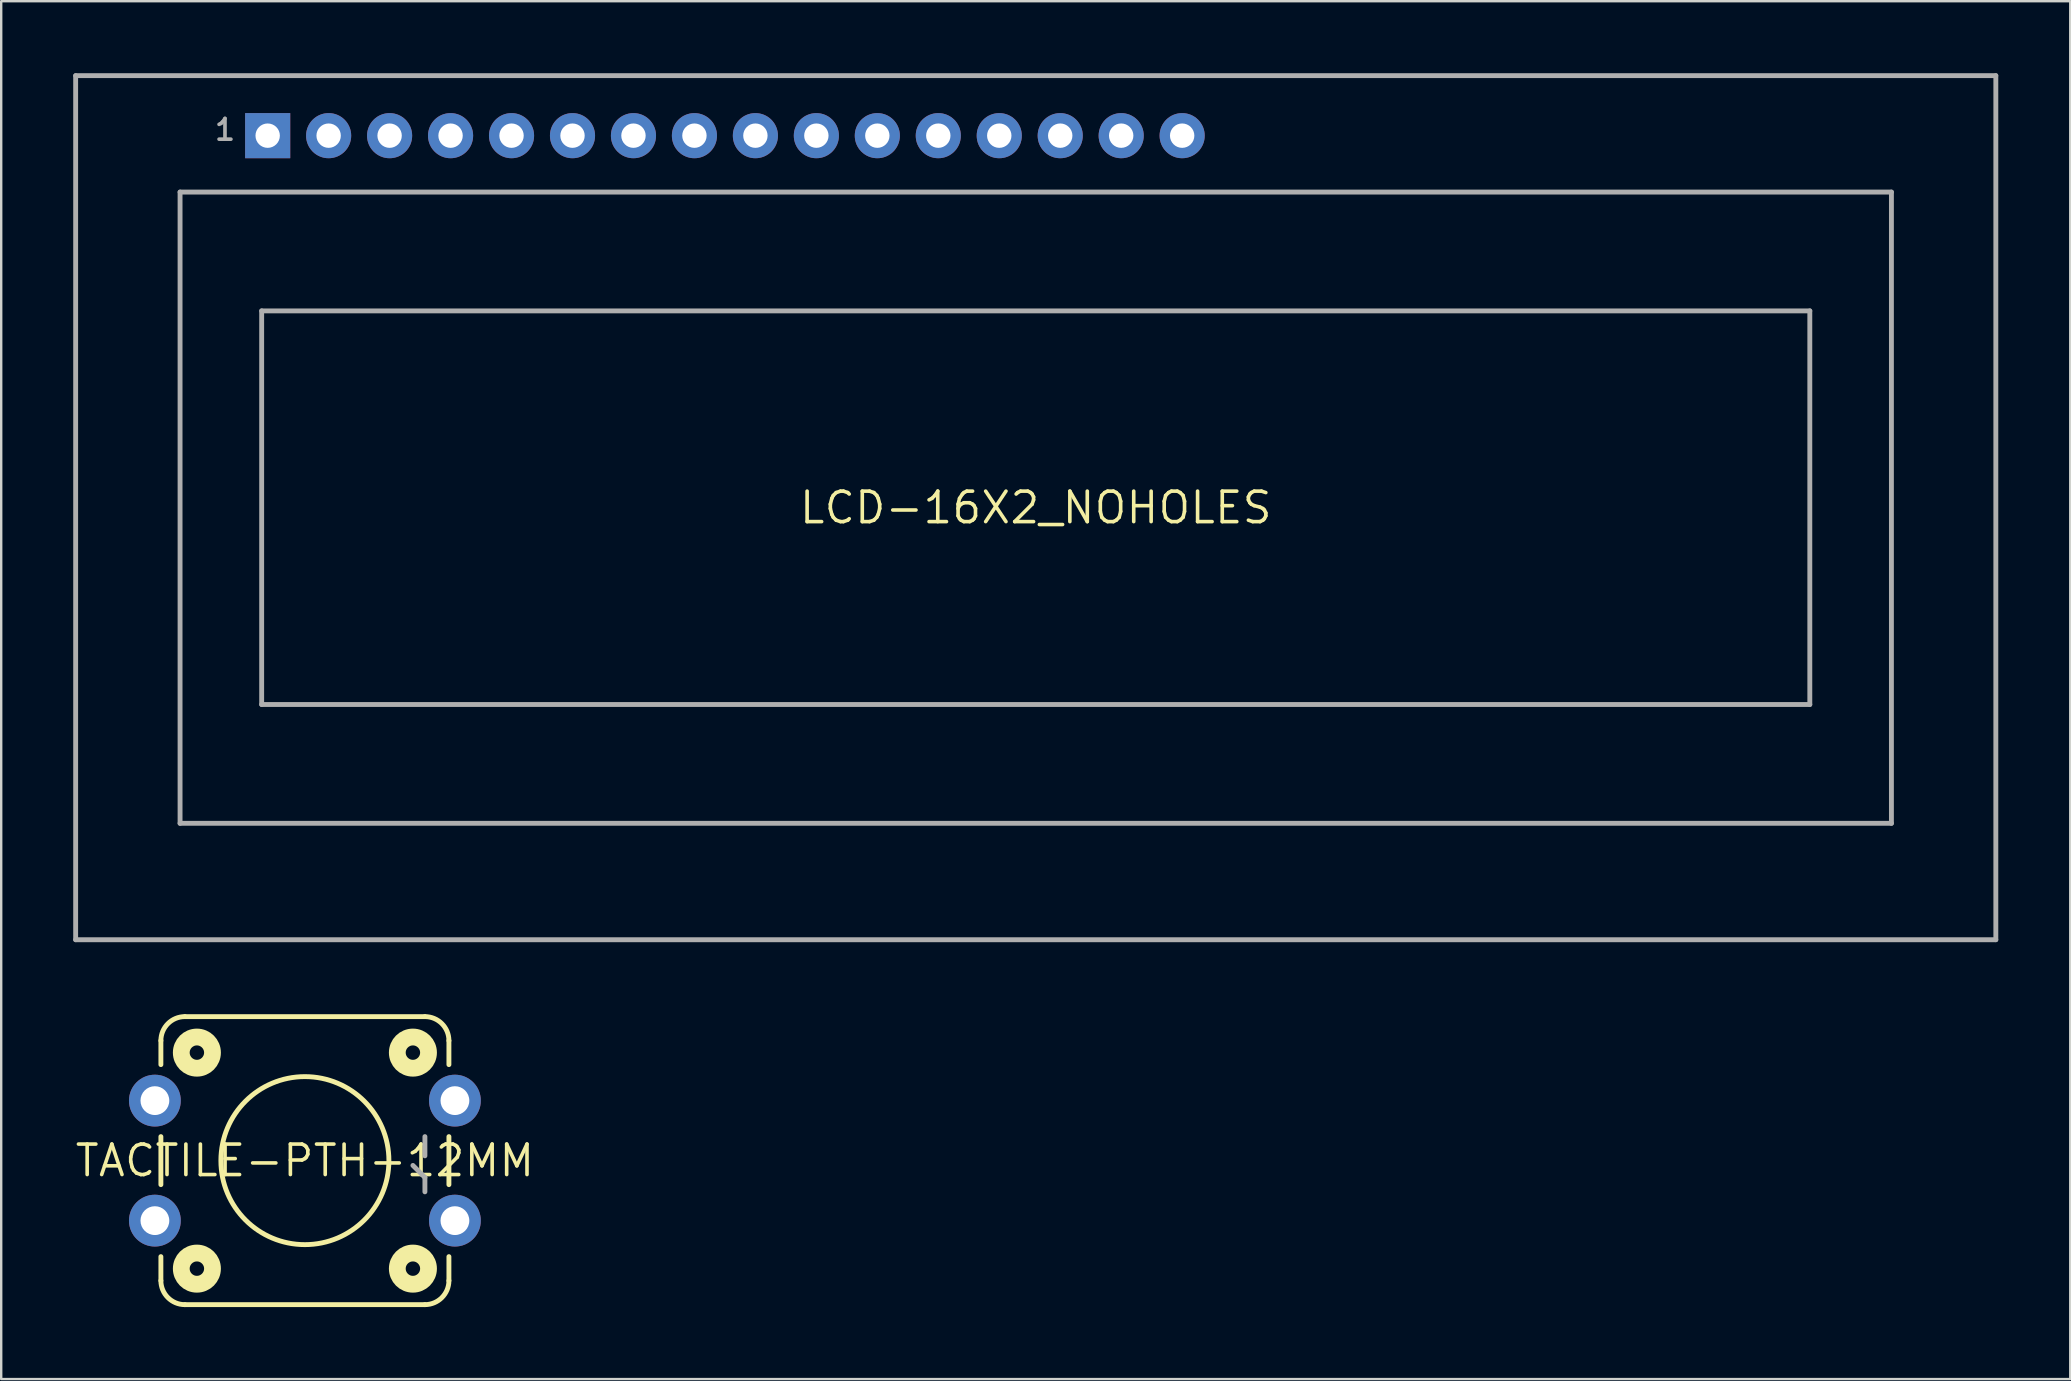
<source format=kicad_pcb>
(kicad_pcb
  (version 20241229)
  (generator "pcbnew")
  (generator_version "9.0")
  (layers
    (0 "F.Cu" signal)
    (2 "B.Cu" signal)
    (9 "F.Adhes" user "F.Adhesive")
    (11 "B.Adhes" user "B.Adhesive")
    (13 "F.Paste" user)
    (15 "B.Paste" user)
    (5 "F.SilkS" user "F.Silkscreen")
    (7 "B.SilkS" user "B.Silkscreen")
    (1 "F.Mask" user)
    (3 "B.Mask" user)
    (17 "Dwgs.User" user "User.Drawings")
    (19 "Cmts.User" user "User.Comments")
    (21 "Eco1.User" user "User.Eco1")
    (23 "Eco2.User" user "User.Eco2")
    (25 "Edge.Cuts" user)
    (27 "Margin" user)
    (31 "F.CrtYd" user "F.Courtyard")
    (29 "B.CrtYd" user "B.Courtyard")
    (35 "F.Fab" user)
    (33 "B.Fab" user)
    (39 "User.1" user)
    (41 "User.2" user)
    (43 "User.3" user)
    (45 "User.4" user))
  (footprint "TACTILE-PTH-12MM"
    (layer "F.Cu")
    (at 9.653 45.305)
    (property "Reference" "TACTILE-PTH-12MM" (at 0 0 0) (layer "F.SilkS") (effects (font (size 1.27 1.27) (thickness 0.15))))
    (fp_line (start -6 -4) (end -6 -5) (stroke (width 0.203) (type solid)) (layer "F.SilkS"))
    (fp_line (start -6 1) (end -6 -1) (stroke (width 0.203) (type solid)) (layer "F.SilkS"))
    (fp_line (start -6 5) (end -6 4) (stroke (width 0.203) (type solid)) (layer "F.SilkS"))
    (fp_line (start -5 -6) (end 5 -6) (stroke (width 0.203) (type solid)) (layer "F.SilkS"))
    (fp_line (start 5 6) (end -5 6) (stroke (width 0.203) (type solid)) (layer "F.SilkS"))
    (fp_line (start 6 -5) (end 6 -4) (stroke (width 0.203) (type solid)) (layer "F.SilkS"))
    (fp_line (start 6 -1) (end 6 1) (stroke (width 0.203) (type solid)) (layer "F.SilkS"))
    (fp_line (start 6 4) (end 6 5) (stroke (width 0.203) (type solid)) (layer "F.SilkS"))
    (fp_arc (start -6 -5) (mid -5.707107 -5.707107) (end -5 -6) (stroke (width 0.2032) (type solid)) (layer "F.SilkS"))
    (fp_arc (start -5 6) (mid -5.707107 5.707107) (end -6 5) (stroke (width 0.2032) (type solid)) (layer "F.SilkS"))
    (fp_arc (start 5 -6) (mid 5.707107 -5.707107) (end 6 -5) (stroke (width 0.2032) (type solid)) (layer "F.SilkS"))
    (fp_arc (start 6 5) (mid 5.707107 5.707107) (end 5 6) (stroke (width 0.2032) (type solid)) (layer "F.SilkS"))
    (fp_circle (center -4.5 -4.5) (end -4.2 -4.5) (stroke (width 0.7) (type solid)) (fill no) (layer "F.SilkS"))
    (fp_circle (center -4.5 4.5) (end -4.2 4.5) (stroke (width 0.7) (type solid)) (fill no) (layer "F.SilkS"))
    (fp_circle (center 0 0) (end 3.5 0) (stroke (width 0.203) (type solid)) (fill no) (layer "F.SilkS"))
    (fp_circle (center 4.5 -4.5) (end 4.8 -4.5) (stroke (width 0.7) (type solid)) (fill no) (layer "F.SilkS"))
    (fp_circle (center 4.5 4.5) (end 4.8 4.5) (stroke (width 0.7) (type solid)) (fill no) (layer "F.SilkS"))
    (fp_line (start 5 -0.2) (end 5 -1) (stroke (width 0.203) (type solid)) (layer "F.Fab"))
    (fp_line (start 5 0.7) (end 4.5 0.2) (stroke (width 0.203) (type solid)) (layer "F.Fab"))
    (fp_line (start 5 1.3) (end 5 0.7) (stroke (width 0.203) (type solid)) (layer "F.Fab"))
    (pad "1" thru_hole circle (at 6.25 2.5) (size 2.159 2.159) (drill 1.2) (layers "*.Cu" "*.Mask"))
    (pad "2" thru_hole circle (at -6.25 2.5) (size 2.159 2.159) (drill 1.2) (layers "*.Cu" "*.Mask"))
    (pad "3" thru_hole circle (at 6.25 -2.5) (size 2.159 2.159) (drill 1.2) (layers "*.Cu" "*.Mask"))
    (pad "4" thru_hole circle (at -6.25 -2.5) (size 2.159 2.159) (drill 1.2) (layers "*.Cu" "*.Mask")))
  (footprint "LCD-16X2_NOHOLES"
    (layer "F.Cu")
    (at 40.102 18.102)
    (property "Reference" "LCD-16X2_NOHOLES" (at 0 0 0) (layer "F.SilkS") (effects (font (size 1.27 1.27) (thickness 0.15))))
    (fp_line (start -40 -18) (end 40 -18) (stroke (width 0.203) (type solid)) (layer "F.Fab"))
    (fp_line (start -40 18) (end -40 -18) (stroke (width 0.203) (type solid)) (layer "F.Fab"))
    (fp_line (start -35.65 -13.15) (end 35.65 -13.15) (stroke (width 0.203) (type solid)) (layer "F.Fab"))
    (fp_line (start -35.65 13.15) (end -35.65 -13.15) (stroke (width 0.203) (type solid)) (layer "F.Fab"))
    (fp_line (start -32.25 -8.2) (end 32.25 -8.2) (stroke (width 0.203) (type solid)) (layer "F.Fab"))
    (fp_line (start -32.25 8.2) (end -32.25 -8.2) (stroke (width 0.203) (type solid)) (layer "F.Fab"))
    (fp_line (start 32.25 -8.2) (end 32.25 8.2) (stroke (width 0.203) (type solid)) (layer "F.Fab"))
    (fp_line (start 32.25 8.2) (end -32.25 8.2) (stroke (width 0.203) (type solid)) (layer "F.Fab"))
    (fp_line (start 35.65 -13.15) (end 35.65 13.15) (stroke (width 0.203) (type solid)) (layer "F.Fab"))
    (fp_line (start 35.65 13.15) (end -35.65 13.15) (stroke (width 0.203) (type solid)) (layer "F.Fab"))
    (fp_line (start 40 -18) (end 40 18) (stroke (width 0.203) (type solid)) (layer "F.Fab"))
    (fp_line (start 40 18) (end -40 18) (stroke (width 0.203) (type solid)) (layer "F.Fab"))
    (fp_text user "1" (at -34.29 -15.24 0) (layer "F.Fab") (effects (font (size 0.864 0.864) (thickness 0.152)) (justify left bottom)))
    (pad "1" thru_hole rect (at -32 -15.5) (size 1.88 1.88) (drill 1.016) (layers "*.Cu" "*.Mask"))
    (pad "2" thru_hole circle (at -29.46 -15.5) (size 1.88 1.88) (drill 1.016) (layers "*.Cu" "*.Mask"))
    (pad "3" thru_hole circle (at -26.92 -15.5) (size 1.88 1.88) (drill 1.016) (layers "*.Cu" "*.Mask"))
    (pad "4" thru_hole circle (at -24.38 -15.5) (size 1.88 1.88) (drill 1.016) (layers "*.Cu" "*.Mask"))
    (pad "5" thru_hole circle (at -21.84 -15.5) (size 1.88 1.88) (drill 1.016) (layers "*.Cu" "*.Mask"))
    (pad "6" thru_hole circle (at -19.3 -15.5) (size 1.88 1.88) (drill 1.016) (layers "*.Cu" "*.Mask"))
    (pad "7" thru_hole circle (at -16.76 -15.5) (size 1.88 1.88) (drill 1.016) (layers "*.Cu" "*.Mask"))
    (pad "8" thru_hole circle (at -14.22 -15.5) (size 1.88 1.88) (drill 1.016) (layers "*.Cu" "*.Mask"))
    (pad "9" thru_hole circle (at -11.68 -15.5) (size 1.88 1.88) (drill 1.016) (layers "*.Cu" "*.Mask"))
    (pad "10" thru_hole circle (at -9.14 -15.5) (size 1.88 1.88) (drill 1.016) (layers "*.Cu" "*.Mask"))
    (pad "11" thru_hole circle (at -6.6 -15.5) (size 1.88 1.88) (drill 1.016) (layers "*.Cu" "*.Mask"))
    (pad "12" thru_hole circle (at -4.06 -15.5) (size 1.88 1.88) (drill 1.016) (layers "*.Cu" "*.Mask"))
    (pad "13" thru_hole circle (at -1.52 -15.5) (size 1.88 1.88) (drill 1.016) (layers "*.Cu" "*.Mask"))
    (pad "14" thru_hole circle (at 1.02 -15.5) (size 1.88 1.88) (drill 1.016) (layers "*.Cu" "*.Mask"))
    (pad "15" thru_hole circle (at 3.56 -15.5) (size 1.88 1.88) (drill 1.016) (layers "*.Cu" "*.Mask"))
    (pad "16" thru_hole circle (at 6.1 -15.5) (size 1.88 1.88) (drill 1.016) (layers "*.Cu" "*.Mask")))
  (gr_rect
    (start -3 -3)
    (end 83.203 54.406)
    (stroke (width 0.1) (type default))
    (fill no)
    (layer "Edge.Cuts")))
</source>
